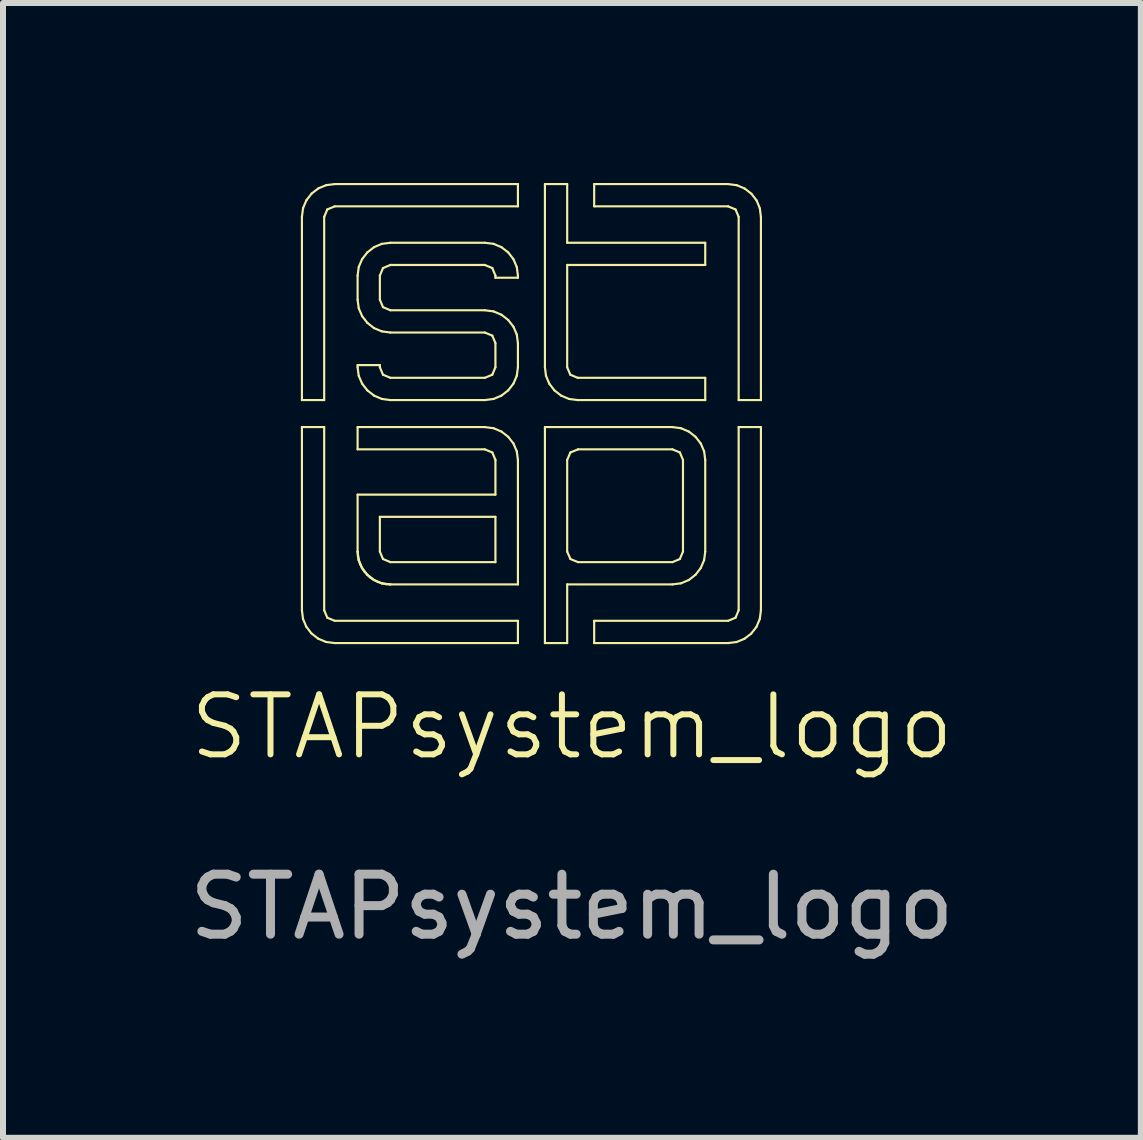
<source format=kicad_pcb>
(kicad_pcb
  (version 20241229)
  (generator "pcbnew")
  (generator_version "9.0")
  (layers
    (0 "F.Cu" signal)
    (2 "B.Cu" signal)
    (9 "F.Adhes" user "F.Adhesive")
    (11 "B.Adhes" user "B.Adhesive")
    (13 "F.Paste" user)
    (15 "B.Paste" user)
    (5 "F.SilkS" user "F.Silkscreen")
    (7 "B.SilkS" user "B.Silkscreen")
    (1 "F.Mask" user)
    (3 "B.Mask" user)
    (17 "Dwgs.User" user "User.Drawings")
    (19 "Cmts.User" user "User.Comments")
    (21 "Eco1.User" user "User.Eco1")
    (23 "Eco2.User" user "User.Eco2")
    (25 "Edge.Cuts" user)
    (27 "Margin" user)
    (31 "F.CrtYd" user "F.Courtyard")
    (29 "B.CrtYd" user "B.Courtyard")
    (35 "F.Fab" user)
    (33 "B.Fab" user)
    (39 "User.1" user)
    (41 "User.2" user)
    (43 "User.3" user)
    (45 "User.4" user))
  (footprint "STAPsystem_logo"
    (layer "F.Cu")
    (at 6.482 9.565)
    (property "Reference" "STAPsystem_logo" (at 0 -0.5 0) (unlocked yes) (layer "F.SilkS") (effects (font (size 1 1) (thickness 0.1))))
    (attr board_only exclude_from_pos_files exclude_from_bom dnp)
    (fp_line (start -4.5 -9) (end -4.481 -9.146) (stroke (width 0.036) (type default)) (layer "F.SilkS"))
    (fp_line (start -4.5 -5.947) (end -4.5 -9) (stroke (width 0.036) (type default)) (layer "F.SilkS"))
    (fp_line (start -4.5 -5.497) (end -4.129 -5.497) (stroke (width 0.036) (type default)) (layer "F.SilkS"))
    (fp_line (start -4.5 -2.444) (end -4.5 -5.497) (stroke (width 0.036) (type default)) (layer "F.SilkS"))
    (fp_line (start -4.482 -2.301) (end -4.5 -2.444) (stroke (width 0.036) (type default)) (layer "F.SilkS"))
    (fp_line (start -4.481 -9.146) (end -4.425 -9.278) (stroke (width 0.036) (type default)) (layer "F.SilkS"))
    (fp_line (start -4.428 -2.171) (end -4.482 -2.301) (stroke (width 0.036) (type default)) (layer "F.SilkS"))
    (fp_line (start -4.425 -9.278) (end -4.338 -9.389) (stroke (width 0.036) (type default)) (layer "F.SilkS"))
    (fp_line (start -4.342 -2.059) (end -4.428 -2.171) (stroke (width 0.036) (type default)) (layer "F.SilkS"))
    (fp_line (start -4.338 -9.389) (end -4.226 -9.475) (stroke (width 0.036) (type default)) (layer "F.SilkS"))
    (fp_line (start -4.231 -1.972) (end -4.342 -2.059) (stroke (width 0.036) (type default)) (layer "F.SilkS"))
    (fp_line (start -4.226 -9.475) (end -4.096 -9.529) (stroke (width 0.036) (type default)) (layer "F.SilkS"))
    (fp_line (start -4.129 -9) (end -4.129 -5.947) (stroke (width 0.036) (type default)) (layer "F.SilkS"))
    (fp_line (start -4.129 -5.947) (end -4.5 -5.947) (stroke (width 0.036) (type default)) (layer "F.SilkS"))
    (fp_line (start -4.129 -2.444) (end -4.129 -5.497) (stroke (width 0.036) (type default)) (layer "F.SilkS"))
    (fp_line (start -4.129 -2.444) (end -4.077 -2.32) (stroke (width 0.036) (type default)) (layer "F.SilkS"))
    (fp_line (start -4.099 -1.916) (end -4.231 -1.972) (stroke (width 0.036) (type default)) (layer "F.SilkS"))
    (fp_line (start -4.096 -9.529) (end -3.953 -9.547) (stroke (width 0.036) (type default)) (layer "F.SilkS"))
    (fp_line (start -4.077 -2.32) (end -3.953 -2.268) (stroke (width 0.036) (type default)) (layer "F.SilkS"))
    (fp_line (start -4.077 -9.124) (end -4.129 -9) (stroke (width 0.036) (type default)) (layer "F.SilkS"))
    (fp_line (start -3.953 -9.547) (end -0.9 -9.547) (stroke (width 0.036) (type default)) (layer "F.SilkS"))
    (fp_line (start -3.953 -9.176) (end -4.077 -9.124) (stroke (width 0.036) (type default)) (layer "F.SilkS"))
    (fp_line (start -3.953 -9.176) (end -0.9 -9.176) (stroke (width 0.036) (type default)) (layer "F.SilkS"))
    (fp_line (start -3.953 -2.268) (end -0.9 -2.268) (stroke (width 0.036) (type default)) (layer "F.SilkS"))
    (fp_line (start -3.953 -1.897) (end -4.099 -1.916) (stroke (width 0.036) (type default)) (layer "F.SilkS"))
    (fp_line (start -3.572 -8.022) (end -3.553 -8.165) (stroke (width 0.036) (type default)) (layer "F.SilkS"))
    (fp_line (start -3.572 -7.62) (end -3.572 -8.022) (stroke (width 0.036) (type default)) (layer "F.SilkS"))
    (fp_line (start -3.572 -6.53) (end -3.201 -6.53) (stroke (width 0.036) (type default)) (layer "F.SilkS"))
    (fp_line (start -3.572 -6.494) (end -3.572 -6.53) (stroke (width 0.036) (type default)) (layer "F.SilkS"))
    (fp_line (start -3.572 -5.497) (end -1.452 -5.497) (stroke (width 0.036) (type default)) (layer "F.SilkS"))
    (fp_line (start -3.572 -5.126) (end -3.572 -5.497) (stroke (width 0.036) (type default)) (layer "F.SilkS"))
    (fp_line (start -3.572 -4.371) (end -1.275 -4.371) (stroke (width 0.036) (type default)) (layer "F.SilkS"))
    (fp_line (start -3.572 -3.422) (end -3.572 -4.371) (stroke (width 0.036) (type default)) (layer "F.SilkS"))
    (fp_line (start -3.572 -3.422) (end -3.567 -3.35) (stroke (width 0.036) (type default)) (layer "F.SilkS"))
    (fp_line (start -3.567 -3.35) (end -3.553 -3.28) (stroke (width 0.036) (type default)) (layer "F.SilkS"))
    (fp_line (start -3.553 -8.165) (end -3.497 -8.296) (stroke (width 0.036) (type default)) (layer "F.SilkS"))
    (fp_line (start -3.553 -7.477) (end -3.572 -7.62) (stroke (width 0.036) (type default)) (layer "F.SilkS"))
    (fp_line (start -3.553 -6.351) (end -3.572 -6.494) (stroke (width 0.036) (type default)) (layer "F.SilkS"))
    (fp_line (start -3.553 -3.28) (end -3.53 -3.212) (stroke (width 0.036) (type default)) (layer "F.SilkS"))
    (fp_line (start -3.553 -3.279) (end -3.572 -3.422) (stroke (width 0.036) (type default)) (layer "F.SilkS"))
    (fp_line (start -3.53 -3.212) (end -3.499 -3.148) (stroke (width 0.036) (type default)) (layer "F.SilkS"))
    (fp_line (start -3.499 -3.148) (end -3.459 -3.089) (stroke (width 0.036) (type default)) (layer "F.SilkS"))
    (fp_line (start -3.497 -8.296) (end -3.41 -8.408) (stroke (width 0.036) (type default)) (layer "F.SilkS"))
    (fp_line (start -3.497 -7.346) (end -3.553 -7.477) (stroke (width 0.036) (type default)) (layer "F.SilkS"))
    (fp_line (start -3.497 -6.221) (end -3.553 -6.351) (stroke (width 0.036) (type default)) (layer "F.SilkS"))
    (fp_line (start -3.497 -3.148) (end -3.553 -3.279) (stroke (width 0.036) (type default)) (layer "F.SilkS"))
    (fp_line (start -3.459 -3.089) (end -3.412 -3.035) (stroke (width 0.036) (type default)) (layer "F.SilkS"))
    (fp_line (start -3.412 -3.035) (end -3.358 -2.988) (stroke (width 0.036) (type default)) (layer "F.SilkS"))
    (fp_line (start -3.41 -8.408) (end -3.299 -8.495) (stroke (width 0.036) (type default)) (layer "F.SilkS"))
    (fp_line (start -3.41 -7.234) (end -3.497 -7.346) (stroke (width 0.036) (type default)) (layer "F.SilkS"))
    (fp_line (start -3.41 -6.109) (end -3.497 -6.221) (stroke (width 0.036) (type default)) (layer "F.SilkS"))
    (fp_line (start -3.41 -3.036) (end -3.497 -3.148) (stroke (width 0.036) (type default)) (layer "F.SilkS"))
    (fp_line (start -3.358 -2.988) (end -3.299 -2.948) (stroke (width 0.036) (type default)) (layer "F.SilkS"))
    (fp_line (start -3.299 -8.495) (end -3.168 -8.551) (stroke (width 0.036) (type default)) (layer "F.SilkS"))
    (fp_line (start -3.299 -7.147) (end -3.41 -7.234) (stroke (width 0.036) (type default)) (layer "F.SilkS"))
    (fp_line (start -3.299 -6.022) (end -3.41 -6.109) (stroke (width 0.036) (type default)) (layer "F.SilkS"))
    (fp_line (start -3.299 -2.949) (end -3.41 -3.036) (stroke (width 0.036) (type default)) (layer "F.SilkS"))
    (fp_line (start -3.299 -2.948) (end -3.234 -2.916) (stroke (width 0.036) (type default)) (layer "F.SilkS"))
    (fp_line (start -3.234 -2.916) (end -3.167 -2.893) (stroke (width 0.036) (type default)) (layer "F.SilkS"))
    (fp_line (start -3.201 -8.022) (end -3.201 -7.62) (stroke (width 0.036) (type default)) (layer "F.SilkS"))
    (fp_line (start -3.201 -7.62) (end -3.149 -7.496) (stroke (width 0.036) (type default)) (layer "F.SilkS"))
    (fp_line (start -3.201 -6.53) (end -3.201 -6.494) (stroke (width 0.036) (type default)) (layer "F.SilkS"))
    (fp_line (start -3.201 -6.494) (end -3.149 -6.37) (stroke (width 0.036) (type default)) (layer "F.SilkS"))
    (fp_line (start -3.201 -4.001) (end -3.201 -3.422) (stroke (width 0.036) (type default)) (layer "F.SilkS"))
    (fp_line (start -3.201 -3.422) (end -3.149 -3.298) (stroke (width 0.036) (type default)) (layer "F.SilkS"))
    (fp_line (start -3.168 -8.551) (end -3.025 -8.569) (stroke (width 0.036) (type default)) (layer "F.SilkS"))
    (fp_line (start -3.168 -7.092) (end -3.299 -7.147) (stroke (width 0.036) (type default)) (layer "F.SilkS"))
    (fp_line (start -3.168 -5.966) (end -3.299 -6.022) (stroke (width 0.036) (type default)) (layer "F.SilkS"))
    (fp_line (start -3.168 -2.893) (end -3.299 -2.949) (stroke (width 0.036) (type default)) (layer "F.SilkS"))
    (fp_line (start -3.167 -2.893) (end -3.096 -2.879) (stroke (width 0.036) (type default)) (layer "F.SilkS"))
    (fp_line (start -3.149 -8.147) (end -3.201 -8.022) (stroke (width 0.036) (type default)) (layer "F.SilkS"))
    (fp_line (start -3.149 -7.496) (end -3.025 -7.444) (stroke (width 0.036) (type default)) (layer "F.SilkS"))
    (fp_line (start -3.149 -6.37) (end -3.025 -6.318) (stroke (width 0.036) (type default)) (layer "F.SilkS"))
    (fp_line (start -3.149 -3.298) (end -3.025 -3.246) (stroke (width 0.036) (type default)) (layer "F.SilkS"))
    (fp_line (start -3.096 -2.879) (end -3.025 -2.875) (stroke (width 0.036) (type default)) (layer "F.SilkS"))
    (fp_line (start -3.025 -8.569) (end -1.452 -8.569) (stroke (width 0.036) (type default)) (layer "F.SilkS"))
    (fp_line (start -3.025 -8.199) (end -3.149 -8.147) (stroke (width 0.036) (type default)) (layer "F.SilkS"))
    (fp_line (start -3.025 -7.444) (end -1.452 -7.444) (stroke (width 0.036) (type default)) (layer "F.SilkS"))
    (fp_line (start -3.025 -7.073) (end -3.168 -7.092) (stroke (width 0.036) (type default)) (layer "F.SilkS"))
    (fp_line (start -3.025 -6.318) (end -1.452 -6.318) (stroke (width 0.036) (type default)) (layer "F.SilkS"))
    (fp_line (start -3.025 -5.947) (end -3.168 -5.966) (stroke (width 0.036) (type default)) (layer "F.SilkS"))
    (fp_line (start -3.025 -3.246) (end -1.275 -3.246) (stroke (width 0.036) (type default)) (layer "F.SilkS"))
    (fp_line (start -3.025 -2.875) (end -3.168 -2.893) (stroke (width 0.036) (type default)) (layer "F.SilkS"))
    (fp_line (start -1.452 -8.569) (end -1.305 -8.551) (stroke (width 0.036) (type default)) (layer "F.SilkS"))
    (fp_line (start -1.452 -8.199) (end -3.025 -8.199) (stroke (width 0.036) (type default)) (layer "F.SilkS"))
    (fp_line (start -1.452 -7.444) (end -1.305 -7.425) (stroke (width 0.036) (type default)) (layer "F.SilkS"))
    (fp_line (start -1.452 -7.073) (end -3.025 -7.073) (stroke (width 0.036) (type default)) (layer "F.SilkS"))
    (fp_line (start -1.452 -6.318) (end -1.327 -6.37) (stroke (width 0.036) (type default)) (layer "F.SilkS"))
    (fp_line (start -1.452 -5.947) (end -3.025 -5.947) (stroke (width 0.036) (type default)) (layer "F.SilkS"))
    (fp_line (start -1.452 -5.497) (end -1.305 -5.478) (stroke (width 0.036) (type default)) (layer "F.SilkS"))
    (fp_line (start -1.452 -5.126) (end -3.572 -5.126) (stroke (width 0.036) (type default)) (layer "F.SilkS"))
    (fp_line (start -1.327 -8.147) (end -1.452 -8.199) (stroke (width 0.036) (type default)) (layer "F.SilkS"))
    (fp_line (start -1.327 -7.021) (end -1.452 -7.073) (stroke (width 0.036) (type default)) (layer "F.SilkS"))
    (fp_line (start -1.327 -6.37) (end -1.275 -6.494) (stroke (width 0.036) (type default)) (layer "F.SilkS"))
    (fp_line (start -1.327 -5.074) (end -1.452 -5.126) (stroke (width 0.036) (type default)) (layer "F.SilkS"))
    (fp_line (start -1.305 -8.551) (end -1.174 -8.495) (stroke (width 0.036) (type default)) (layer "F.SilkS"))
    (fp_line (start -1.305 -7.425) (end -1.174 -7.369) (stroke (width 0.036) (type default)) (layer "F.SilkS"))
    (fp_line (start -1.305 -5.966) (end -1.452 -5.947) (stroke (width 0.036) (type default)) (layer "F.SilkS"))
    (fp_line (start -1.305 -5.478) (end -1.174 -5.422) (stroke (width 0.036) (type default)) (layer "F.SilkS"))
    (fp_line (start -1.275 -8.022) (end -1.327 -8.147) (stroke (width 0.036) (type default)) (layer "F.SilkS"))
    (fp_line (start -1.275 -7.986) (end -1.275 -8.022) (stroke (width 0.036) (type default)) (layer "F.SilkS"))
    (fp_line (start -1.275 -6.897) (end -1.327 -7.021) (stroke (width 0.036) (type default)) (layer "F.SilkS"))
    (fp_line (start -1.275 -6.494) (end -1.275 -6.897) (stroke (width 0.036) (type default)) (layer "F.SilkS"))
    (fp_line (start -1.275 -4.95) (end -1.327 -5.074) (stroke (width 0.036) (type default)) (layer "F.SilkS"))
    (fp_line (start -1.275 -4.371) (end -1.275 -4.95) (stroke (width 0.036) (type default)) (layer "F.SilkS"))
    (fp_line (start -1.275 -4.001) (end -3.201 -4.001) (stroke (width 0.036) (type default)) (layer "F.SilkS"))
    (fp_line (start -1.275 -3.246) (end -1.275 -4.001) (stroke (width 0.036) (type default)) (layer "F.SilkS"))
    (fp_line (start -1.174 -8.495) (end -1.062 -8.408) (stroke (width 0.036) (type default)) (layer "F.SilkS"))
    (fp_line (start -1.174 -7.369) (end -1.062 -7.282) (stroke (width 0.036) (type default)) (layer "F.SilkS"))
    (fp_line (start -1.174 -6.022) (end -1.305 -5.966) (stroke (width 0.036) (type default)) (layer "F.SilkS"))
    (fp_line (start -1.174 -5.422) (end -1.062 -5.335) (stroke (width 0.036) (type default)) (layer "F.SilkS"))
    (fp_line (start -1.062 -8.408) (end -0.975 -8.296) (stroke (width 0.036) (type default)) (layer "F.SilkS"))
    (fp_line (start -1.062 -7.282) (end -0.975 -7.17) (stroke (width 0.036) (type default)) (layer "F.SilkS"))
    (fp_line (start -1.062 -6.109) (end -1.174 -6.022) (stroke (width 0.036) (type default)) (layer "F.SilkS"))
    (fp_line (start -1.062 -5.335) (end -0.975 -5.224) (stroke (width 0.036) (type default)) (layer "F.SilkS"))
    (fp_line (start -0.975 -8.296) (end -0.919 -8.165) (stroke (width 0.036) (type default)) (layer "F.SilkS"))
    (fp_line (start -0.975 -7.17) (end -0.919 -7.04) (stroke (width 0.036) (type default)) (layer "F.SilkS"))
    (fp_line (start -0.975 -6.221) (end -1.062 -6.109) (stroke (width 0.036) (type default)) (layer "F.SilkS"))
    (fp_line (start -0.975 -5.224) (end -0.919 -5.093) (stroke (width 0.036) (type default)) (layer "F.SilkS"))
    (fp_line (start -0.919 -8.165) (end -0.9 -8.022) (stroke (width 0.036) (type default)) (layer "F.SilkS"))
    (fp_line (start -0.919 -7.04) (end -0.9 -6.897) (stroke (width 0.036) (type default)) (layer "F.SilkS"))
    (fp_line (start -0.919 -6.351) (end -0.975 -6.221) (stroke (width 0.036) (type default)) (layer "F.SilkS"))
    (fp_line (start -0.919 -5.093) (end -0.9 -4.95) (stroke (width 0.036) (type default)) (layer "F.SilkS"))
    (fp_line (start -0.9 -9.547) (end -0.9 -9.176) (stroke (width 0.036) (type default)) (layer "F.SilkS"))
    (fp_line (start -0.9 -8.022) (end -0.9 -7.986) (stroke (width 0.036) (type default)) (layer "F.SilkS"))
    (fp_line (start -0.9 -7.986) (end -1.275 -7.986) (stroke (width 0.036) (type default)) (layer "F.SilkS"))
    (fp_line (start -0.9 -6.897) (end -0.9 -6.494) (stroke (width 0.036) (type default)) (layer "F.SilkS"))
    (fp_line (start -0.9 -6.494) (end -0.919 -6.351) (stroke (width 0.036) (type default)) (layer "F.SilkS"))
    (fp_line (start -0.9 -4.95) (end -0.9 -2.875) (stroke (width 0.036) (type default)) (layer "F.SilkS"))
    (fp_line (start -0.9 -2.875) (end -3.025 -2.875) (stroke (width 0.036) (type default)) (layer "F.SilkS"))
    (fp_line (start -0.9 -2.268) (end -0.9 -1.897) (stroke (width 0.036) (type default)) (layer "F.SilkS"))
    (fp_line (start -0.9 -1.897) (end -3.953 -1.897) (stroke (width 0.036) (type default)) (layer "F.SilkS"))
    (fp_line (start -0.45 -9.547) (end -0.079 -9.547) (stroke (width 0.036) (type default)) (layer "F.SilkS"))
    (fp_line (start -0.45 -6.494) (end -0.45 -9.547) (stroke (width 0.036) (type default)) (layer "F.SilkS"))
    (fp_line (start -0.45 -5.497) (end 1.675 -5.497) (stroke (width 0.036) (type default)) (layer "F.SilkS"))
    (fp_line (start -0.45 -1.897) (end -0.45 -5.497) (stroke (width 0.036) (type default)) (layer "F.SilkS"))
    (fp_line (start -0.432 -6.351) (end -0.45 -6.494) (stroke (width 0.036) (type default)) (layer "F.SilkS"))
    (fp_line (start -0.378 -6.221) (end -0.432 -6.351) (stroke (width 0.036) (type default)) (layer "F.SilkS"))
    (fp_line (start -0.292 -6.109) (end -0.378 -6.221) (stroke (width 0.036) (type default)) (layer "F.SilkS"))
    (fp_line (start -0.181 -6.022) (end -0.292 -6.109) (stroke (width 0.036) (type default)) (layer "F.SilkS"))
    (fp_line (start -0.079 -9.547) (end -0.079 -8.569) (stroke (width 0.036) (type default)) (layer "F.SilkS"))
    (fp_line (start -0.079 -8.569) (end 2.222 -8.569) (stroke (width 0.036) (type default)) (layer "F.SilkS"))
    (fp_line (start -0.079 -8.199) (end -0.079 -6.494) (stroke (width 0.036) (type default)) (layer "F.SilkS"))
    (fp_line (start -0.079 -6.494) (end -0.027 -6.37) (stroke (width 0.036) (type default)) (layer "F.SilkS"))
    (fp_line (start -0.079 -4.95) (end -0.079 -3.422) (stroke (width 0.036) (type default)) (layer "F.SilkS"))
    (fp_line (start -0.079 -3.422) (end -0.025 -3.298) (stroke (width 0.036) (type default)) (layer "F.SilkS"))
    (fp_line (start -0.079 -2.875) (end -0.079 -1.897) (stroke (width 0.036) (type default)) (layer "F.SilkS"))
    (fp_line (start -0.079 -1.897) (end -0.45 -1.897) (stroke (width 0.036) (type default)) (layer "F.SilkS"))
    (fp_line (start -0.049 -5.966) (end -0.181 -6.022) (stroke (width 0.036) (type default)) (layer "F.SilkS"))
    (fp_line (start -0.027 -6.37) (end 0.097 -6.318) (stroke (width 0.036) (type default)) (layer "F.SilkS"))
    (fp_line (start -0.025 -5.074) (end -0.079 -4.95) (stroke (width 0.036) (type default)) (layer "F.SilkS"))
    (fp_line (start -0.025 -3.298) (end 0.102 -3.246) (stroke (width 0.036) (type default)) (layer "F.SilkS"))
    (fp_line (start 0.097 -6.318) (end 2.222 -6.318) (stroke (width 0.036) (type default)) (layer "F.SilkS"))
    (fp_line (start 0.097 -5.947) (end -0.049 -5.966) (stroke (width 0.036) (type default)) (layer "F.SilkS"))
    (fp_line (start 0.102 -5.126) (end -0.025 -5.074) (stroke (width 0.036) (type default)) (layer "F.SilkS"))
    (fp_line (start 0.102 -3.246) (end 1.675 -3.246) (stroke (width 0.036) (type default)) (layer "F.SilkS"))
    (fp_line (start 0.371 -9.547) (end 2.603 -9.547) (stroke (width 0.036) (type default)) (layer "F.SilkS"))
    (fp_line (start 0.371 -9.176) (end 0.371 -9.547) (stroke (width 0.036) (type default)) (layer "F.SilkS"))
    (fp_line (start 0.371 -1.897) (end 0.371 -2.268) (stroke (width 0.036) (type default)) (layer "F.SilkS"))
    (fp_line (start 1.675 -5.497) (end 1.818 -5.478) (stroke (width 0.036) (type default)) (layer "F.SilkS"))
    (fp_line (start 1.675 -5.126) (end 0.102 -5.126) (stroke (width 0.036) (type default)) (layer "F.SilkS"))
    (fp_line (start 1.675 -3.246) (end 1.799 -3.298) (stroke (width 0.036) (type default)) (layer "F.SilkS"))
    (fp_line (start 1.675 -2.875) (end -0.079 -2.875) (stroke (width 0.036) (type default)) (layer "F.SilkS"))
    (fp_line (start 1.799 -5.074) (end 1.675 -5.126) (stroke (width 0.036) (type default)) (layer "F.SilkS"))
    (fp_line (start 1.799 -3.298) (end 1.851 -3.422) (stroke (width 0.036) (type default)) (layer "F.SilkS"))
    (fp_line (start 1.818 -5.478) (end 1.949 -5.422) (stroke (width 0.036) (type default)) (layer "F.SilkS"))
    (fp_line (start 1.818 -2.893) (end 1.675 -2.875) (stroke (width 0.036) (type default)) (layer "F.SilkS"))
    (fp_line (start 1.851 -4.95) (end 1.799 -5.074) (stroke (width 0.036) (type default)) (layer "F.SilkS"))
    (fp_line (start 1.851 -3.422) (end 1.851 -4.95) (stroke (width 0.036) (type default)) (layer "F.SilkS"))
    (fp_line (start 1.949 -5.422) (end 2.06 -5.335) (stroke (width 0.036) (type default)) (layer "F.SilkS"))
    (fp_line (start 1.949 -2.949) (end 1.818 -2.893) (stroke (width 0.036) (type default)) (layer "F.SilkS"))
    (fp_line (start 2.06 -5.335) (end 2.147 -5.224) (stroke (width 0.036) (type default)) (layer "F.SilkS"))
    (fp_line (start 2.06 -3.036) (end 1.949 -2.949) (stroke (width 0.036) (type default)) (layer "F.SilkS"))
    (fp_line (start 2.147 -5.224) (end 2.203 -5.093) (stroke (width 0.036) (type default)) (layer "F.SilkS"))
    (fp_line (start 2.147 -3.148) (end 2.06 -3.036) (stroke (width 0.036) (type default)) (layer "F.SilkS"))
    (fp_line (start 2.203 -5.093) (end 2.222 -4.95) (stroke (width 0.036) (type default)) (layer "F.SilkS"))
    (fp_line (start 2.203 -3.279) (end 2.147 -3.148) (stroke (width 0.036) (type default)) (layer "F.SilkS"))
    (fp_line (start 2.222 -4.95) (end 2.222 -3.422) (stroke (width 0.036) (type default)) (layer "F.SilkS"))
    (fp_line (start 2.222 -3.422) (end 2.203 -3.279) (stroke (width 0.036) (type default)) (layer "F.SilkS"))
    (fp_line (start 2.222 -8.569) (end 2.222 -8.199) (stroke (width 0.036) (type default)) (layer "F.SilkS"))
    (fp_line (start 2.222 -8.199) (end -0.079 -8.199) (stroke (width 0.036) (type default)) (layer "F.SilkS"))
    (fp_line (start 2.222 -6.318) (end 2.222 -5.947) (stroke (width 0.036) (type default)) (layer "F.SilkS"))
    (fp_line (start 2.222 -5.947) (end 0.097 -5.947) (stroke (width 0.036) (type default)) (layer "F.SilkS"))
    (fp_line (start 2.603 -9.547) (end 2.749 -9.528) (stroke (width 0.036) (type default)) (layer "F.SilkS"))
    (fp_line (start 2.603 -9.176) (end 0.371 -9.176) (stroke (width 0.036) (type default)) (layer "F.SilkS"))
    (fp_line (start 2.603 -2.268) (end 0.371 -2.268) (stroke (width 0.036) (type default)) (layer "F.SilkS"))
    (fp_line (start 2.603 -2.268) (end 2.727 -2.32) (stroke (width 0.036) (type default)) (layer "F.SilkS"))
    (fp_line (start 2.603 -1.897) (end 0.371 -1.897) (stroke (width 0.036) (type default)) (layer "F.SilkS"))
    (fp_line (start 2.727 -2.32) (end 2.779 -2.444) (stroke (width 0.036) (type default)) (layer "F.SilkS"))
    (fp_line (start 2.727 -9.124) (end 2.603 -9.176) (stroke (width 0.036) (type default)) (layer "F.SilkS"))
    (fp_line (start 2.746 -1.915) (end 2.603 -1.897) (stroke (width 0.036) (type default)) (layer "F.SilkS"))
    (fp_line (start 2.749 -9.528) (end 2.881 -9.472) (stroke (width 0.036) (type default)) (layer "F.SilkS"))
    (fp_line (start 2.779 -9) (end 2.727 -9.124) (stroke (width 0.036) (type default)) (layer "F.SilkS"))
    (fp_line (start 2.779 -9) (end 2.779 -5.947) (stroke (width 0.036) (type default)) (layer "F.SilkS"))
    (fp_line (start 2.779 -5.497) (end 3.15 -5.497) (stroke (width 0.036) (type default)) (layer "F.SilkS"))
    (fp_line (start 2.779 -2.444) (end 2.779 -5.497) (stroke (width 0.036) (type default)) (layer "F.SilkS"))
    (fp_line (start 2.876 -1.969) (end 2.746 -1.915) (stroke (width 0.036) (type default)) (layer "F.SilkS"))
    (fp_line (start 2.881 -9.472) (end 2.992 -9.385) (stroke (width 0.036) (type default)) (layer "F.SilkS"))
    (fp_line (start 2.988 -2.055) (end 2.876 -1.969) (stroke (width 0.036) (type default)) (layer "F.SilkS"))
    (fp_line (start 2.992 -9.385) (end 3.078 -9.274) (stroke (width 0.036) (type default)) (layer "F.SilkS"))
    (fp_line (start 3.075 -2.166) (end 2.988 -2.055) (stroke (width 0.036) (type default)) (layer "F.SilkS"))
    (fp_line (start 3.078 -9.274) (end 3.132 -9.143) (stroke (width 0.036) (type default)) (layer "F.SilkS"))
    (fp_line (start 3.131 -2.298) (end 3.075 -2.166) (stroke (width 0.036) (type default)) (layer "F.SilkS"))
    (fp_line (start 3.132 -9.143) (end 3.15 -9) (stroke (width 0.036) (type default)) (layer "F.SilkS"))
    (fp_line (start 3.15 -9) (end 3.15 -5.947) (stroke (width 0.036) (type default)) (layer "F.SilkS"))
    (fp_line (start 3.15 -5.947) (end 2.779 -5.947) (stroke (width 0.036) (type default)) (layer "F.SilkS"))
    (fp_line (start 3.15 -5.497) (end 3.15 -2.444) (stroke (width 0.036) (type default)) (layer "F.SilkS"))
    (fp_line (start 3.15 -2.444) (end 3.131 -2.298) (stroke (width 0.036) (type default)) (layer "F.SilkS"))
    (fp_text user "${REFERENCE}" (at 0 2.5 0) (unlocked yes) (layer "F.Fab") (effects (font (size 1 1) (thickness 0.15)))))
  (gr_rect
    (start -3 -3)
    (end 15.964 15.913)
    (stroke (width 0.1) (type default))
    (fill no)
    (layer "Edge.Cuts")))
</source>
